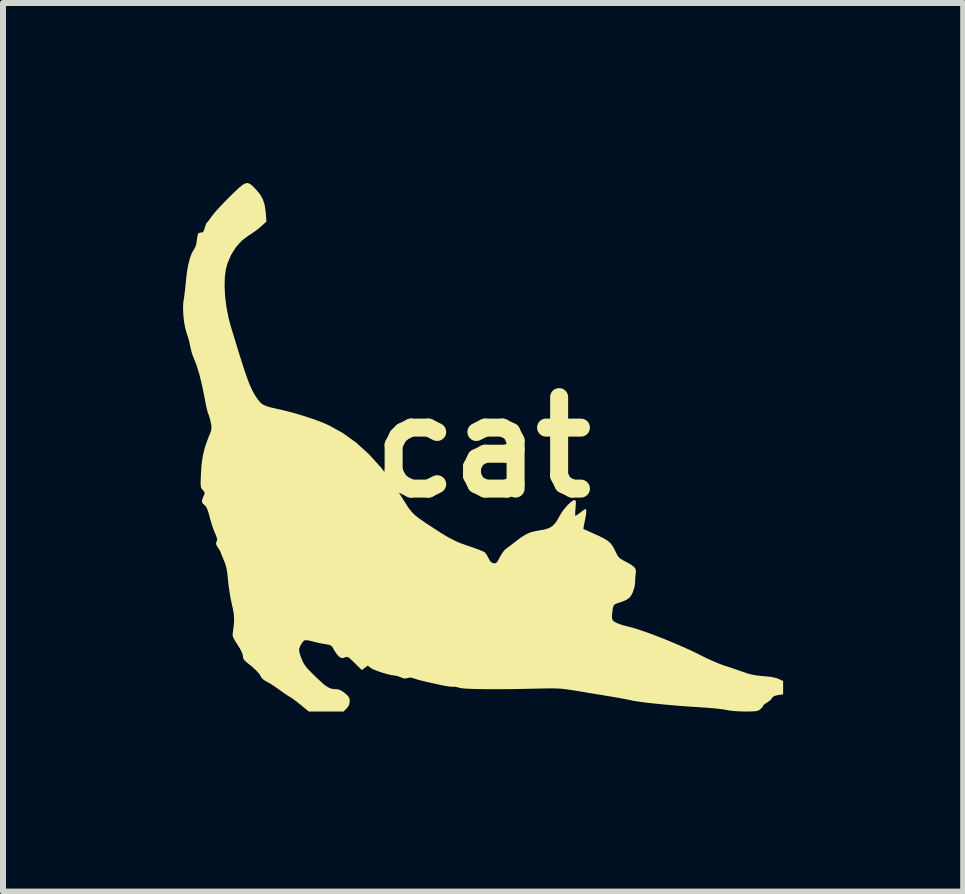
<source format=kicad_pcb>
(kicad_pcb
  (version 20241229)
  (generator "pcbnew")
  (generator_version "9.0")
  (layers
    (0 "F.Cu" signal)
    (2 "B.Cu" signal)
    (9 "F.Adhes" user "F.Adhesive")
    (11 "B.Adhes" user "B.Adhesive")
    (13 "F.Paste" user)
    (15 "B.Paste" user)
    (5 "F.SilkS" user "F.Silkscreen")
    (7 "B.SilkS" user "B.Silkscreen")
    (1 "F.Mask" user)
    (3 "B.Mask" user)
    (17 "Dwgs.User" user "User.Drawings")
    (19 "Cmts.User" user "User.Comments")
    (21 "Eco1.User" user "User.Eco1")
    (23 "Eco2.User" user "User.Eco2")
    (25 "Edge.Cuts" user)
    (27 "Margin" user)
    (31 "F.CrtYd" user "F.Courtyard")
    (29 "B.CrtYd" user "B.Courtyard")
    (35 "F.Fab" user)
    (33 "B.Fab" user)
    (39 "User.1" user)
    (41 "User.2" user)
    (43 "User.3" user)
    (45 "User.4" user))
  (footprint "cat"
    (layer "F.Cu")
    (at 4.996 4.401)
    (property "Reference" "cat" (at 0 0 0) (layer "F.SilkS") (effects (font (size 1.524 1.524) (thickness 0.3))))
    (attr board_only exclude_from_pos_files exclude_from_bom)
    (fp_poly (pts (xy -3.882 -4.388) (xy -3.843 -4.357) (xy -3.797 -4.311) (xy -3.784 -4.297) (xy -3.715 -4.216) (xy -3.668 -4.134) (xy -3.637 -4.04) (xy -3.62 -3.926) (xy -3.616 -3.883) (xy -3.607 -3.759) (xy -3.7 -3.675) (xy -3.766 -3.621) (xy -3.845 -3.564) (xy -3.909 -3.523) (xy -4.018 -3.441) (xy -4.115 -3.332) (xy -4.197 -3.202) (xy -4.257 -3.06) (xy -4.282 -2.968) (xy -4.3 -2.832) (xy -4.304 -2.674) (xy -4.294 -2.5) (xy -4.271 -2.321) (xy -4.236 -2.145) (xy -4.199 -2.008) (xy -4.173 -1.924) (xy -4.146 -1.836) (xy -4.124 -1.763) (xy -4.121 -1.753) (xy -4.062 -1.561) (xy -4.011 -1.399) (xy -3.967 -1.264) (xy -3.928 -1.152) (xy -3.893 -1.06) (xy -3.86 -0.984) (xy -3.829 -0.92) (xy -3.797 -0.865) (xy -3.764 -0.815) (xy -3.745 -0.79) (xy -3.716 -0.753) (xy -3.687 -0.726) (xy -3.653 -0.704) (xy -3.608 -0.685) (xy -3.545 -0.666) (xy -3.458 -0.645) (xy -3.373 -0.626) (xy -3.193 -0.582) (xy -3.011 -0.529) (xy -2.836 -0.472) (xy -2.677 -0.413) (xy -2.561 -0.362) (xy -2.332 -0.235) (xy -2.11 -0.075) (xy -1.897 0.119) (xy -1.694 0.343) (xy -1.502 0.598) (xy -1.346 0.842) (xy -1.284 0.942) (xy -1.233 1.019) (xy -1.184 1.081) (xy -1.13 1.134) (xy -1.064 1.186) (xy -0.98 1.245) (xy -0.942 1.27) (xy -0.808 1.358) (xy -0.698 1.429) (xy -0.605 1.485) (xy -0.523 1.53) (xy -0.447 1.568) (xy -0.371 1.6) (xy -0.288 1.63) (xy -0.229 1.65) (xy -0.141 1.68) (xy -0.064 1.708) (xy -0.005 1.733) (xy 0.03 1.75) (xy 0.034 1.754) (xy 0.057 1.784) (xy 0.085 1.832) (xy 0.096 1.854) (xy 0.126 1.905) (xy 0.158 1.929) (xy 0.18 1.934) (xy 0.207 1.934) (xy 0.229 1.921) (xy 0.252 1.888) (xy 0.281 1.834) (xy 0.315 1.774) (xy 0.352 1.723) (xy 0.38 1.696) (xy 0.416 1.67) (xy 0.469 1.63) (xy 0.528 1.584) (xy 0.534 1.579) (xy 0.627 1.509) (xy 0.704 1.46) (xy 0.773 1.426) (xy 0.843 1.405) (xy 0.91 1.392) (xy 1.019 1.373) (xy 1.1 1.348) (xy 1.161 1.311) (xy 1.211 1.258) (xy 1.257 1.184) (xy 1.271 1.157) (xy 1.309 1.092) (xy 1.358 1.026) (xy 1.41 0.965) (xy 1.461 0.917) (xy 1.503 0.887) (xy 1.523 0.881) (xy 1.539 0.884) (xy 1.547 0.898) (xy 1.549 0.93) (xy 1.545 0.988) (xy 1.543 1.013) (xy 1.538 1.076) (xy 1.537 1.122) (xy 1.54 1.144) (xy 1.54 1.145) (xy 1.558 1.135) (xy 1.595 1.109) (xy 1.634 1.081) (xy 1.68 1.046) (xy 1.706 1.032) (xy 1.718 1.035) (xy 1.723 1.054) (xy 1.723 1.054) (xy 1.722 1.089) (xy 1.714 1.147) (xy 1.701 1.215) (xy 1.699 1.225) (xy 1.686 1.288) (xy 1.677 1.337) (xy 1.675 1.361) (xy 1.676 1.363) (xy 1.694 1.371) (xy 1.736 1.39) (xy 1.797 1.417) (xy 1.837 1.435) (xy 1.945 1.484) (xy 2.026 1.525) (xy 2.086 1.564) (xy 2.13 1.605) (xy 2.165 1.653) (xy 2.196 1.711) (xy 2.201 1.722) (xy 2.231 1.783) (xy 2.256 1.824) (xy 2.287 1.855) (xy 2.333 1.883) (xy 2.39 1.913) (xy 2.468 1.956) (xy 2.517 1.993) (xy 2.543 2.029) (xy 2.55 2.071) (xy 2.546 2.111) (xy 2.539 2.172) (xy 2.536 2.241) (xy 2.536 2.252) (xy 2.526 2.329) (xy 2.498 2.414) (xy 2.494 2.423) (xy 2.467 2.475) (xy 2.434 2.514) (xy 2.389 2.544) (xy 2.324 2.572) (xy 2.246 2.598) (xy 2.201 2.615) (xy 2.178 2.638) (xy 2.166 2.679) (xy 2.163 2.697) (xy 2.152 2.78) (xy 2.15 2.837) (xy 2.158 2.874) (xy 2.18 2.9) (xy 2.216 2.922) (xy 2.219 2.924) (xy 2.274 2.947) (xy 2.347 2.97) (xy 2.408 2.985) (xy 2.5 3.009) (xy 2.617 3.046) (xy 2.753 3.093) (xy 2.903 3.149) (xy 3.059 3.211) (xy 3.217 3.277) (xy 3.369 3.343) (xy 3.51 3.408) (xy 3.629 3.467) (xy 3.729 3.517) (xy 3.835 3.565) (xy 3.936 3.607) (xy 4.02 3.638) (xy 4.034 3.643) (xy 4.128 3.673) (xy 4.231 3.708) (xy 4.323 3.74) (xy 4.346 3.748) (xy 4.444 3.78) (xy 4.542 3.8) (xy 4.655 3.813) (xy 4.672 3.814) (xy 4.792 3.826) (xy 4.881 3.844) (xy 4.928 3.861) (xy 5.002 3.896) (xy 5.002 4.118) (xy 4.918 4.13) (xy 4.86 4.143) (xy 4.827 4.164) (xy 4.817 4.18) (xy 4.791 4.213) (xy 4.747 4.246) (xy 4.734 4.254) (xy 4.693 4.28) (xy 4.67 4.304) (xy 4.668 4.31) (xy 4.655 4.334) (xy 4.624 4.365) (xy 4.621 4.367) (xy 4.597 4.383) (xy 4.569 4.394) (xy 4.528 4.4) (xy 4.467 4.403) (xy 4.38 4.404) (xy 4.367 4.404) (xy 4.26 4.401) (xy 4.161 4.394) (xy 4.081 4.383) (xy 4.057 4.378) (xy 4.006 4.369) (xy 3.928 4.359) (xy 3.83 4.349) (xy 3.721 4.34) (xy 3.62 4.333) (xy 3.458 4.323) (xy 3.292 4.311) (xy 3.127 4.297) (xy 2.968 4.282) (xy 2.821 4.267) (xy 2.69 4.252) (xy 2.582 4.237) (xy 2.502 4.224) (xy 2.478 4.219) (xy 2.419 4.206) (xy 2.335 4.19) (xy 2.235 4.172) (xy 2.13 4.154) (xy 2.093 4.148) (xy 1.969 4.127) (xy 1.827 4.104) (xy 1.684 4.08) (xy 1.558 4.059) (xy 1.55 4.058) (xy 1.455 4.043) (xy 1.375 4.032) (xy 1.303 4.024) (xy 1.23 4.02) (xy 1.148 4.018) (xy 1.049 4.019) (xy 0.924 4.022) (xy 0.898 4.022) (xy 0.674 4.027) (xy 0.464 4.031) (xy 0.27 4.032) (xy 0.095 4.032) (xy -0.058 4.03) (xy -0.187 4.027) (xy -0.289 4.022) (xy -0.361 4.015) (xy -0.4 4.007) (xy -0.401 4.006) (xy -0.455 3.992) (xy -0.505 3.991) (xy -0.507 3.992) (xy -0.538 3.99) (xy -0.596 3.982) (xy -0.674 3.968) (xy -0.764 3.949) (xy -0.86 3.928) (xy -0.955 3.906) (xy -1.041 3.885) (xy -1.111 3.865) (xy -1.159 3.85) (xy -1.172 3.844) (xy -1.22 3.837) (xy -1.252 3.846) (xy -1.296 3.855) (xy -1.342 3.845) (xy -1.365 3.835) (xy -1.416 3.815) (xy -1.461 3.805) (xy -1.467 3.805) (xy -1.518 3.798) (xy -1.589 3.782) (xy -1.67 3.759) (xy -1.75 3.732) (xy -1.818 3.705) (xy -1.863 3.682) (xy -1.865 3.68) (xy -1.92 3.639) (xy -1.968 3.676) (xy -2.017 3.713) (xy -2.135 3.597) (xy -2.191 3.543) (xy -2.228 3.511) (xy -2.254 3.496) (xy -2.276 3.494) (xy -2.299 3.502) (xy -2.301 3.503) (xy -2.34 3.515) (xy -2.373 3.506) (xy -2.394 3.491) (xy -2.429 3.455) (xy -2.466 3.403) (xy -2.481 3.377) (xy -2.509 3.328) (xy -2.535 3.302) (xy -2.573 3.29) (xy -2.605 3.285) (xy -2.671 3.274) (xy -2.748 3.258) (xy -2.783 3.25) (xy -2.865 3.229) (xy -2.921 3.217) (xy -2.957 3.215) (xy -2.981 3.223) (xy -3 3.242) (xy -3.02 3.271) (xy -3.049 3.321) (xy -3.062 3.366) (xy -3.058 3.417) (xy -3.037 3.484) (xy -3.019 3.531) (xy -2.998 3.58) (xy -2.972 3.624) (xy -2.938 3.67) (xy -2.89 3.723) (xy -2.823 3.79) (xy -2.784 3.828) (xy -2.703 3.904) (xy -2.64 3.96) (xy -2.588 3.996) (xy -2.541 4.018) (xy -2.492 4.03) (xy -2.435 4.033) (xy -2.417 4.034) (xy -2.381 4.045) (xy -2.333 4.073) (xy -2.298 4.099) (xy -2.252 4.141) (xy -2.228 4.174) (xy -2.22 4.212) (xy -2.219 4.233) (xy -2.228 4.292) (xy -2.26 4.341) (xy -2.271 4.352) (xy -2.322 4.404) (xy -2.901 4.404) (xy -3.032 4.297) (xy -3.095 4.246) (xy -3.154 4.202) (xy -3.199 4.171) (xy -3.213 4.163) (xy -3.25 4.14) (xy -3.306 4.103) (xy -3.369 4.058) (xy -3.392 4.041) (xy -3.461 3.993) (xy -3.53 3.947) (xy -3.588 3.914) (xy -3.6 3.908) (xy -3.649 3.879) (xy -3.683 3.85) (xy -3.691 3.836) (xy -3.721 3.784) (xy -3.778 3.719) (xy -3.859 3.646) (xy -3.895 3.618) (xy -3.95 3.573) (xy -3.982 3.54) (xy -3.996 3.51) (xy -3.998 3.483) (xy -4.011 3.429) (xy -4.05 3.352) (xy -4.089 3.291) (xy -4.131 3.224) (xy -4.157 3.177) (xy -4.169 3.141) (xy -4.17 3.108) (xy -4.167 3.087) (xy -4.151 2.972) (xy -4.145 2.876) (xy -4.15 2.784) (xy -4.168 2.683) (xy -4.183 2.616) (xy -4.205 2.512) (xy -4.225 2.392) (xy -4.241 2.273) (xy -4.248 2.211) (xy -4.258 2.105) (xy -4.271 2.024) (xy -4.288 1.957) (xy -4.312 1.893) (xy -4.317 1.882) (xy -4.342 1.823) (xy -4.36 1.778) (xy -4.368 1.755) (xy -4.368 1.754) (xy -4.377 1.734) (xy -4.4 1.696) (xy -4.414 1.675) (xy -4.441 1.629) (xy -4.448 1.599) (xy -4.438 1.573) (xy -4.438 1.572) (xy -4.428 1.547) (xy -4.431 1.516) (xy -4.449 1.467) (xy -4.463 1.435) (xy -4.489 1.37) (xy -4.518 1.286) (xy -4.544 1.196) (xy -4.553 1.164) (xy -4.576 1.079) (xy -4.597 1.022) (xy -4.618 0.985) (xy -4.641 0.963) (xy -4.673 0.933) (xy -4.683 0.901) (xy -4.672 0.855) (xy -4.656 0.82) (xy -4.638 0.778) (xy -4.638 0.752) (xy -4.657 0.725) (xy -4.667 0.714) (xy -4.684 0.695) (xy -4.695 0.675) (xy -4.701 0.647) (xy -4.703 0.605) (xy -4.702 0.541) (xy -4.698 0.45) (xy -4.698 0.437) (xy -4.686 0.273) (xy -4.664 0.13) (xy -4.63 -0.004) (xy -4.58 -0.145) (xy -4.566 -0.18) (xy -4.539 -0.246) (xy -4.525 -0.292) (xy -4.522 -0.332) (xy -4.527 -0.377) (xy -4.535 -0.415) (xy -4.55 -0.479) (xy -4.567 -0.533) (xy -4.577 -0.559) (xy -4.588 -0.591) (xy -4.603 -0.649) (xy -4.619 -0.725) (xy -4.632 -0.796) (xy -4.677 -1.02) (xy -4.725 -1.217) (xy -4.778 -1.384) (xy -4.82 -1.488) (xy -4.846 -1.558) (xy -4.868 -1.64) (xy -4.877 -1.682) (xy -4.893 -1.758) (xy -4.917 -1.844) (xy -4.937 -1.902) (xy -4.96 -1.984) (xy -4.979 -2.087) (xy -4.991 -2.198) (xy -4.996 -2.307) (xy -4.993 -2.402) (xy -4.985 -2.457) (xy -4.978 -2.501) (xy -4.969 -2.571) (xy -4.959 -2.658) (xy -4.95 -2.753) (xy -4.949 -2.765) (xy -4.933 -2.909) (xy -4.91 -3.04) (xy -4.881 -3.153) (xy -4.847 -3.242) (xy -4.811 -3.301) (xy -4.81 -3.303) (xy -4.788 -3.343) (xy -4.772 -3.406) (xy -4.767 -3.442) (xy -4.758 -3.51) (xy -4.748 -3.55) (xy -4.733 -3.569) (xy -4.71 -3.575) (xy -4.695 -3.576) (xy -4.668 -3.582) (xy -4.65 -3.606) (xy -4.635 -3.654) (xy -4.619 -3.703) (xy -4.604 -3.737) (xy -4.598 -3.743) (xy -4.58 -3.762) (xy -4.549 -3.802) (xy -4.52 -3.845) (xy -4.487 -3.887) (xy -4.435 -3.948) (xy -4.367 -4.021) (xy -4.291 -4.101) (xy -4.222 -4.17) (xy -4.129 -4.261) (xy -4.057 -4.328) (xy -4.001 -4.373) (xy -3.956 -4.397) (xy -3.918 -4.401)) (stroke (width 0) (type solid)) (fill yes) (layer "F.SilkS")))
  (gr_rect
    (start -3 -3)
    (end 12.998 11.805)
    (stroke (width 0.1) (type default))
    (fill no)
    (layer "Edge.Cuts")))
</source>
